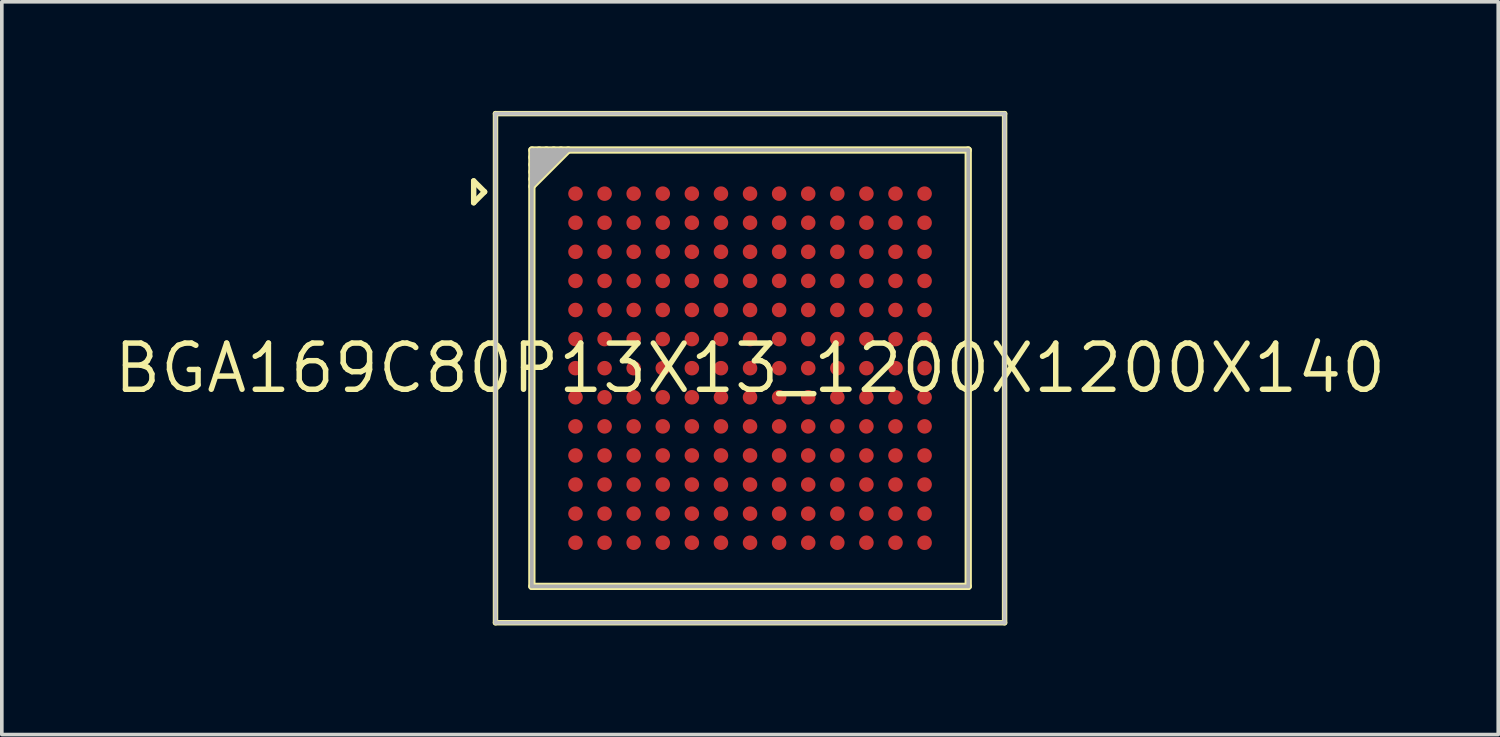
<source format=kicad_pcb>
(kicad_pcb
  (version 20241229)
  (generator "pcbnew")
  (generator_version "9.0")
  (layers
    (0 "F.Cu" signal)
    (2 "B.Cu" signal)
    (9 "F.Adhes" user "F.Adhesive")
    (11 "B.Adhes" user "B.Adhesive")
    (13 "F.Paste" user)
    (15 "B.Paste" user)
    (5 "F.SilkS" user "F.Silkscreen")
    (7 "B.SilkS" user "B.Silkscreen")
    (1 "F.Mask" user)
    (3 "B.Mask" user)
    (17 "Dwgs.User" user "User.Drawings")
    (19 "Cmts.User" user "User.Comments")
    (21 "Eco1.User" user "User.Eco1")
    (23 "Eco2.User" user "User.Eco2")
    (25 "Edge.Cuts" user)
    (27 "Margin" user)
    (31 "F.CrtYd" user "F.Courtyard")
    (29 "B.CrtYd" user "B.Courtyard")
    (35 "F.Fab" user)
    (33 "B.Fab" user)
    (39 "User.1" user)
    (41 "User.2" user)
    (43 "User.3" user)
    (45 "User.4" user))
  (footprint "BGA169C80P13X13_1200X1200X140"
    (layer "F.Cu")
    (at 17.576 7.075)
    (property "Reference" "BGA169C80P13X13_1200X1200X140" (at 0 0 0) (layer "F.SilkS") (effects (font (size 1.27 1.27) (thickness 0.15))))
    (fp_line (start -7.6 -5.15) (end -7.6 -4.55) (stroke (width 0.15) (type solid)) (layer "F.SilkS"))
    (fp_line (start -7.6 -4.55) (end -7.3 -4.85) (stroke (width 0.15) (type solid)) (layer "F.SilkS"))
    (fp_line (start -7.3 -4.85) (end -7.6 -5.15) (stroke (width 0.15) (type solid)) (layer "F.SilkS"))
    (fp_line (start -7 -7) (end 7 -7) (stroke (width 0.15) (type solid)) (layer "F.SilkS"))
    (fp_line (start -7 7) (end -7 -7) (stroke (width 0.15) (type solid)) (layer "F.SilkS"))
    (fp_line (start -6 -6) (end 6 -6) (stroke (width 0.2) (type solid)) (layer "F.SilkS"))
    (fp_line (start -6 6) (end -6 -6) (stroke (width 0.2) (type solid)) (layer "F.SilkS"))
    (fp_line (start -5.8 -6) (end -6 -5.8) (stroke (width 0.2) (type solid)) (layer "F.SilkS"))
    (fp_line (start -5.6 -6) (end -6 -5.6) (stroke (width 0.2) (type solid)) (layer "F.SilkS"))
    (fp_line (start -5.4 -6) (end -6 -5.4) (stroke (width 0.2) (type solid)) (layer "F.SilkS"))
    (fp_line (start -5.2 -6) (end -6 -5.2) (stroke (width 0.2) (type solid)) (layer "F.SilkS"))
    (fp_line (start -5 -6) (end -6 -5) (stroke (width 0.2) (type solid)) (layer "F.SilkS"))
    (fp_line (start 6 -6) (end 6 6) (stroke (width 0.2) (type solid)) (layer "F.SilkS"))
    (fp_line (start 6 6) (end -6 6) (stroke (width 0.2) (type solid)) (layer "F.SilkS"))
    (fp_line (start 7 -7) (end 7 7) (stroke (width 0.15) (type solid)) (layer "F.SilkS"))
    (fp_line (start 7 7) (end -7 7) (stroke (width 0.15) (type solid)) (layer "F.SilkS"))
    (fp_line (start -7 -7) (end 7 -7) (stroke (width 0.1) (type solid)) (layer "Dwgs.User"))
    (fp_line (start -7 7) (end -7 -7) (stroke (width 0.1) (type solid)) (layer "Dwgs.User"))
    (fp_line (start -6 -6) (end 6 -6) (stroke (width 0.001) (type solid)) (layer "Dwgs.User"))
    (fp_line (start -6 6) (end -6 -6) (stroke (width 0.001) (type solid)) (layer "Dwgs.User"))
    (fp_line (start 6 -6) (end 6 6) (stroke (width 0.001) (type solid)) (layer "Dwgs.User"))
    (fp_line (start 6 6) (end -6 6) (stroke (width 0.001) (type solid)) (layer "Dwgs.User"))
    (fp_line (start 7 -7) (end 7 7) (stroke (width 0.1) (type solid)) (layer "Dwgs.User"))
    (fp_line (start 7 7) (end -7 7) (stroke (width 0.1) (type solid)) (layer "Dwgs.User"))
    (fp_line (start -7 -7) (end 7 -7) (stroke (width 0.05) (type solid)) (layer "F.CrtYd"))
    (fp_line (start -7 7) (end -7 -7) (stroke (width 0.05) (type solid)) (layer "F.CrtYd"))
    (fp_line (start 7 -7) (end 7 7) (stroke (width 0.05) (type solid)) (layer "F.CrtYd"))
    (fp_line (start 7 7) (end -7 7) (stroke (width 0.05) (type solid)) (layer "F.CrtYd"))
    (fp_line (start -6 -6) (end 6 -6) (stroke (width 0.1) (type solid)) (layer "F.Fab"))
    (fp_line (start -6 6) (end -6 -6) (stroke (width 0.1) (type solid)) (layer "F.Fab"))
    (fp_line (start -5.9 -6) (end -6 -5.9) (stroke (width 0.1) (type solid)) (layer "F.Fab"))
    (fp_line (start -5.8 -6) (end -6 -5.8) (stroke (width 0.1) (type solid)) (layer "F.Fab"))
    (fp_line (start -5.7 -6) (end -6 -5.7) (stroke (width 0.1) (type solid)) (layer "F.Fab"))
    (fp_line (start -5.6 -6) (end -6 -5.6) (stroke (width 0.1) (type solid)) (layer "F.Fab"))
    (fp_line (start -5.5 -6) (end -6 -5.5) (stroke (width 0.1) (type solid)) (layer "F.Fab"))
    (fp_line (start -5.4 -6) (end -6 -5.4) (stroke (width 0.1) (type solid)) (layer "F.Fab"))
    (fp_line (start -5.3 -6) (end -6 -5.3) (stroke (width 0.1) (type solid)) (layer "F.Fab"))
    (fp_line (start -5.2 -6) (end -6 -5.2) (stroke (width 0.1) (type solid)) (layer "F.Fab"))
    (fp_line (start -5.1 -6) (end -6 -5.1) (stroke (width 0.1) (type solid)) (layer "F.Fab"))
    (fp_line (start -5 -6) (end -6 -5) (stroke (width 0.1) (type solid)) (layer "F.Fab"))
    (fp_line (start 6 -6) (end 6 6) (stroke (width 0.1) (type solid)) (layer "F.Fab"))
    (fp_line (start 6 6) (end -6 6) (stroke (width 0.1) (type solid)) (layer "F.Fab"))
    (pad "A1" smd circle (at -4.8 -4.8) (size 0.4 0.4) (layers "F.Cu" "F.Mask" "F.Paste"))
    (pad "A2" smd circle (at -4 -4.8) (size 0.4 0.4) (layers "F.Cu" "F.Mask" "F.Paste"))
    (pad "A3" smd circle (at -3.2 -4.8) (size 0.4 0.4) (layers "F.Cu" "F.Mask" "F.Paste"))
    (pad "A4" smd circle (at -2.4 -4.8) (size 0.4 0.4) (layers "F.Cu" "F.Mask" "F.Paste"))
    (pad "A5" smd circle (at -1.6 -4.8) (size 0.4 0.4) (layers "F.Cu" "F.Mask" "F.Paste"))
    (pad "A6" smd circle (at -0.8 -4.8) (size 0.4 0.4) (layers "F.Cu" "F.Mask" "F.Paste"))
    (pad "A7" smd circle (at 0 -4.8) (size 0.4 0.4) (layers "F.Cu" "F.Mask" "F.Paste"))
    (pad "A8" smd circle (at 0.8 -4.8) (size 0.4 0.4) (layers "F.Cu" "F.Mask" "F.Paste"))
    (pad "A9" smd circle (at 1.6 -4.8) (size 0.4 0.4) (layers "F.Cu" "F.Mask" "F.Paste"))
    (pad "A10" smd circle (at 2.4 -4.8) (size 0.4 0.4) (layers "F.Cu" "F.Mask" "F.Paste"))
    (pad "A11" smd circle (at 3.2 -4.8) (size 0.4 0.4) (layers "F.Cu" "F.Mask" "F.Paste"))
    (pad "A12" smd circle (at 4 -4.8) (size 0.4 0.4) (layers "F.Cu" "F.Mask" "F.Paste"))
    (pad "A13" smd circle (at 4.8 -4.8) (size 0.4 0.4) (layers "F.Cu" "F.Mask" "F.Paste"))
    (pad "B1" smd circle (at -4.8 -4) (size 0.4 0.4) (layers "F.Cu" "F.Mask" "F.Paste"))
    (pad "B2" smd circle (at -4 -4) (size 0.4 0.4) (layers "F.Cu" "F.Mask" "F.Paste"))
    (pad "B3" smd circle (at -3.2 -4) (size 0.4 0.4) (layers "F.Cu" "F.Mask" "F.Paste"))
    (pad "B4" smd circle (at -2.4 -4) (size 0.4 0.4) (layers "F.Cu" "F.Mask" "F.Paste"))
    (pad "B5" smd circle (at -1.6 -4) (size 0.4 0.4) (layers "F.Cu" "F.Mask" "F.Paste"))
    (pad "B6" smd circle (at -0.8 -4) (size 0.4 0.4) (layers "F.Cu" "F.Mask" "F.Paste"))
    (pad "B7" smd circle (at 0 -4) (size 0.4 0.4) (layers "F.Cu" "F.Mask" "F.Paste"))
    (pad "B8" smd circle (at 0.8 -4) (size 0.4 0.4) (layers "F.Cu" "F.Mask" "F.Paste"))
    (pad "B9" smd circle (at 1.6 -4) (size 0.4 0.4) (layers "F.Cu" "F.Mask" "F.Paste"))
    (pad "B10" smd circle (at 2.4 -4) (size 0.4 0.4) (layers "F.Cu" "F.Mask" "F.Paste"))
    (pad "B11" smd circle (at 3.2 -4) (size 0.4 0.4) (layers "F.Cu" "F.Mask" "F.Paste"))
    (pad "B12" smd circle (at 4 -4) (size 0.4 0.4) (layers "F.Cu" "F.Mask" "F.Paste"))
    (pad "B13" smd circle (at 4.8 -4) (size 0.4 0.4) (layers "F.Cu" "F.Mask" "F.Paste"))
    (pad "C1" smd circle (at -4.8 -3.2) (size 0.4 0.4) (layers "F.Cu" "F.Mask" "F.Paste"))
    (pad "C2" smd circle (at -4 -3.2) (size 0.4 0.4) (layers "F.Cu" "F.Mask" "F.Paste"))
    (pad "C3" smd circle (at -3.2 -3.2) (size 0.4 0.4) (layers "F.Cu" "F.Mask" "F.Paste"))
    (pad "C4" smd circle (at -2.4 -3.2) (size 0.4 0.4) (layers "F.Cu" "F.Mask" "F.Paste"))
    (pad "C5" smd circle (at -1.6 -3.2) (size 0.4 0.4) (layers "F.Cu" "F.Mask" "F.Paste"))
    (pad "C6" smd circle (at -0.8 -3.2) (size 0.4 0.4) (layers "F.Cu" "F.Mask" "F.Paste"))
    (pad "C7" smd circle (at 0 -3.2) (size 0.4 0.4) (layers "F.Cu" "F.Mask" "F.Paste"))
    (pad "C8" smd circle (at 0.8 -3.2) (size 0.4 0.4) (layers "F.Cu" "F.Mask" "F.Paste"))
    (pad "C9" smd circle (at 1.6 -3.2) (size 0.4 0.4) (layers "F.Cu" "F.Mask" "F.Paste"))
    (pad "C10" smd circle (at 2.4 -3.2) (size 0.4 0.4) (layers "F.Cu" "F.Mask" "F.Paste"))
    (pad "C11" smd circle (at 3.2 -3.2) (size 0.4 0.4) (layers "F.Cu" "F.Mask" "F.Paste"))
    (pad "C12" smd circle (at 4 -3.2) (size 0.4 0.4) (layers "F.Cu" "F.Mask" "F.Paste"))
    (pad "C13" smd circle (at 4.8 -3.2) (size 0.4 0.4) (layers "F.Cu" "F.Mask" "F.Paste"))
    (pad "D1" smd circle (at -4.8 -2.4) (size 0.4 0.4) (layers "F.Cu" "F.Mask" "F.Paste"))
    (pad "D2" smd circle (at -4 -2.4) (size 0.4 0.4) (layers "F.Cu" "F.Mask" "F.Paste"))
    (pad "D3" smd circle (at -3.2 -2.4) (size 0.4 0.4) (layers "F.Cu" "F.Mask" "F.Paste"))
    (pad "D4" smd circle (at -2.4 -2.4) (size 0.4 0.4) (layers "F.Cu" "F.Mask" "F.Paste"))
    (pad "D5" smd circle (at -1.6 -2.4) (size 0.4 0.4) (layers "F.Cu" "F.Mask" "F.Paste"))
    (pad "D6" smd circle (at -0.8 -2.4) (size 0.4 0.4) (layers "F.Cu" "F.Mask" "F.Paste"))
    (pad "D7" smd circle (at 0 -2.4) (size 0.4 0.4) (layers "F.Cu" "F.Mask" "F.Paste"))
    (pad "D8" smd circle (at 0.8 -2.4) (size 0.4 0.4) (layers "F.Cu" "F.Mask" "F.Paste"))
    (pad "D9" smd circle (at 1.6 -2.4) (size 0.4 0.4) (layers "F.Cu" "F.Mask" "F.Paste"))
    (pad "D10" smd circle (at 2.4 -2.4) (size 0.4 0.4) (layers "F.Cu" "F.Mask" "F.Paste"))
    (pad "D11" smd circle (at 3.2 -2.4) (size 0.4 0.4) (layers "F.Cu" "F.Mask" "F.Paste"))
    (pad "D12" smd circle (at 4 -2.4) (size 0.4 0.4) (layers "F.Cu" "F.Mask" "F.Paste"))
    (pad "D13" smd circle (at 4.8 -2.4) (size 0.4 0.4) (layers "F.Cu" "F.Mask" "F.Paste"))
    (pad "E1" smd circle (at -4.8 -1.6) (size 0.4 0.4) (layers "F.Cu" "F.Mask" "F.Paste"))
    (pad "E2" smd circle (at -4 -1.6) (size 0.4 0.4) (layers "F.Cu" "F.Mask" "F.Paste"))
    (pad "E3" smd circle (at -3.2 -1.6) (size 0.4 0.4) (layers "F.Cu" "F.Mask" "F.Paste"))
    (pad "E4" smd circle (at -2.4 -1.6) (size 0.4 0.4) (layers "F.Cu" "F.Mask" "F.Paste"))
    (pad "E5" smd circle (at -1.6 -1.6) (size 0.4 0.4) (layers "F.Cu" "F.Mask" "F.Paste"))
    (pad "E6" smd circle (at -0.8 -1.6) (size 0.4 0.4) (layers "F.Cu" "F.Mask" "F.Paste"))
    (pad "E7" smd circle (at 0 -1.6) (size 0.4 0.4) (layers "F.Cu" "F.Mask" "F.Paste"))
    (pad "E8" smd circle (at 0.8 -1.6) (size 0.4 0.4) (layers "F.Cu" "F.Mask" "F.Paste"))
    (pad "E9" smd circle (at 1.6 -1.6) (size 0.4 0.4) (layers "F.Cu" "F.Mask" "F.Paste"))
    (pad "E10" smd circle (at 2.4 -1.6) (size 0.4 0.4) (layers "F.Cu" "F.Mask" "F.Paste"))
    (pad "E11" smd circle (at 3.2 -1.6) (size 0.4 0.4) (layers "F.Cu" "F.Mask" "F.Paste"))
    (pad "E12" smd circle (at 4 -1.6) (size 0.4 0.4) (layers "F.Cu" "F.Mask" "F.Paste"))
    (pad "E13" smd circle (at 4.8 -1.6) (size 0.4 0.4) (layers "F.Cu" "F.Mask" "F.Paste"))
    (pad "F1" smd circle (at -4.8 -0.8) (size 0.4 0.4) (layers "F.Cu" "F.Mask" "F.Paste"))
    (pad "F2" smd circle (at -4 -0.8) (size 0.4 0.4) (layers "F.Cu" "F.Mask" "F.Paste"))
    (pad "F3" smd circle (at -3.2 -0.8) (size 0.4 0.4) (layers "F.Cu" "F.Mask" "F.Paste"))
    (pad "F4" smd circle (at -2.4 -0.8) (size 0.4 0.4) (layers "F.Cu" "F.Mask" "F.Paste"))
    (pad "F5" smd circle (at -1.6 -0.8) (size 0.4 0.4) (layers "F.Cu" "F.Mask" "F.Paste"))
    (pad "F6" smd circle (at -0.8 -0.8) (size 0.4 0.4) (layers "F.Cu" "F.Mask" "F.Paste"))
    (pad "F7" smd circle (at 0 -0.8) (size 0.4 0.4) (layers "F.Cu" "F.Mask" "F.Paste"))
    (pad "F8" smd circle (at 0.8 -0.8) (size 0.4 0.4) (layers "F.Cu" "F.Mask" "F.Paste"))
    (pad "F9" smd circle (at 1.6 -0.8) (size 0.4 0.4) (layers "F.Cu" "F.Mask" "F.Paste"))
    (pad "F10" smd circle (at 2.4 -0.8) (size 0.4 0.4) (layers "F.Cu" "F.Mask" "F.Paste"))
    (pad "F11" smd circle (at 3.2 -0.8) (size 0.4 0.4) (layers "F.Cu" "F.Mask" "F.Paste"))
    (pad "F12" smd circle (at 4 -0.8) (size 0.4 0.4) (layers "F.Cu" "F.Mask" "F.Paste"))
    (pad "F13" smd circle (at 4.8 -0.8) (size 0.4 0.4) (layers "F.Cu" "F.Mask" "F.Paste"))
    (pad "G1" smd circle (at -4.8 0) (size 0.4 0.4) (layers "F.Cu" "F.Mask" "F.Paste"))
    (pad "G2" smd circle (at -4 0) (size 0.4 0.4) (layers "F.Cu" "F.Mask" "F.Paste"))
    (pad "G3" smd circle (at -3.2 0) (size 0.4 0.4) (layers "F.Cu" "F.Mask" "F.Paste"))
    (pad "G4" smd circle (at -2.4 0) (size 0.4 0.4) (layers "F.Cu" "F.Mask" "F.Paste"))
    (pad "G5" smd circle (at -1.6 0) (size 0.4 0.4) (layers "F.Cu" "F.Mask" "F.Paste"))
    (pad "G6" smd circle (at -0.8 0) (size 0.4 0.4) (layers "F.Cu" "F.Mask" "F.Paste"))
    (pad "G7" smd circle (at 0 0) (size 0.4 0.4) (layers "F.Cu" "F.Mask" "F.Paste"))
    (pad "G8" smd circle (at 0.8 0) (size 0.4 0.4) (layers "F.Cu" "F.Mask" "F.Paste"))
    (pad "G9" smd circle (at 1.6 0) (size 0.4 0.4) (layers "F.Cu" "F.Mask" "F.Paste"))
    (pad "G10" smd circle (at 2.4 0) (size 0.4 0.4) (layers "F.Cu" "F.Mask" "F.Paste"))
    (pad "G11" smd circle (at 3.2 0) (size 0.4 0.4) (layers "F.Cu" "F.Mask" "F.Paste"))
    (pad "G12" smd circle (at 4 0) (size 0.4 0.4) (layers "F.Cu" "F.Mask" "F.Paste"))
    (pad "G13" smd circle (at 4.8 0) (size 0.4 0.4) (layers "F.Cu" "F.Mask" "F.Paste"))
    (pad "H1" smd circle (at -4.8 0.8) (size 0.4 0.4) (layers "F.Cu" "F.Mask" "F.Paste"))
    (pad "H2" smd circle (at -4 0.8) (size 0.4 0.4) (layers "F.Cu" "F.Mask" "F.Paste"))
    (pad "H3" smd circle (at -3.2 0.8) (size 0.4 0.4) (layers "F.Cu" "F.Mask" "F.Paste"))
    (pad "H4" smd circle (at -2.4 0.8) (size 0.4 0.4) (layers "F.Cu" "F.Mask" "F.Paste"))
    (pad "H5" smd circle (at -1.6 0.8) (size 0.4 0.4) (layers "F.Cu" "F.Mask" "F.Paste"))
    (pad "H6" smd circle (at -0.8 0.8) (size 0.4 0.4) (layers "F.Cu" "F.Mask" "F.Paste"))
    (pad "H7" smd circle (at 0 0.8) (size 0.4 0.4) (layers "F.Cu" "F.Mask" "F.Paste"))
    (pad "H8" smd circle (at 0.8 0.8) (size 0.4 0.4) (layers "F.Cu" "F.Mask" "F.Paste"))
    (pad "H9" smd circle (at 1.6 0.8) (size 0.4 0.4) (layers "F.Cu" "F.Mask" "F.Paste"))
    (pad "H10" smd circle (at 2.4 0.8) (size 0.4 0.4) (layers "F.Cu" "F.Mask" "F.Paste"))
    (pad "H11" smd circle (at 3.2 0.8) (size 0.4 0.4) (layers "F.Cu" "F.Mask" "F.Paste"))
    (pad "H12" smd circle (at 4 0.8) (size 0.4 0.4) (layers "F.Cu" "F.Mask" "F.Paste"))
    (pad "H13" smd circle (at 4.8 0.8) (size 0.4 0.4) (layers "F.Cu" "F.Mask" "F.Paste"))
    (pad "J1" smd circle (at -4.8 1.6) (size 0.4 0.4) (layers "F.Cu" "F.Mask" "F.Paste"))
    (pad "J2" smd circle (at -4 1.6) (size 0.4 0.4) (layers "F.Cu" "F.Mask" "F.Paste"))
    (pad "J3" smd circle (at -3.2 1.6) (size 0.4 0.4) (layers "F.Cu" "F.Mask" "F.Paste"))
    (pad "J4" smd circle (at -2.4 1.6) (size 0.4 0.4) (layers "F.Cu" "F.Mask" "F.Paste"))
    (pad "J5" smd circle (at -1.6 1.6) (size 0.4 0.4) (layers "F.Cu" "F.Mask" "F.Paste"))
    (pad "J6" smd circle (at -0.8 1.6) (size 0.4 0.4) (layers "F.Cu" "F.Mask" "F.Paste"))
    (pad "J7" smd circle (at 0 1.6) (size 0.4 0.4) (layers "F.Cu" "F.Mask" "F.Paste"))
    (pad "J8" smd circle (at 0.8 1.6) (size 0.4 0.4) (layers "F.Cu" "F.Mask" "F.Paste"))
    (pad "J9" smd circle (at 1.6 1.6) (size 0.4 0.4) (layers "F.Cu" "F.Mask" "F.Paste"))
    (pad "J10" smd circle (at 2.4 1.6) (size 0.4 0.4) (layers "F.Cu" "F.Mask" "F.Paste"))
    (pad "J11" smd circle (at 3.2 1.6) (size 0.4 0.4) (layers "F.Cu" "F.Mask" "F.Paste"))
    (pad "J12" smd circle (at 4 1.6) (size 0.4 0.4) (layers "F.Cu" "F.Mask" "F.Paste"))
    (pad "J13" smd circle (at 4.8 1.6) (size 0.4 0.4) (layers "F.Cu" "F.Mask" "F.Paste"))
    (pad "K1" smd circle (at -4.8 2.4) (size 0.4 0.4) (layers "F.Cu" "F.Mask" "F.Paste"))
    (pad "K2" smd circle (at -4 2.4) (size 0.4 0.4) (layers "F.Cu" "F.Mask" "F.Paste"))
    (pad "K3" smd circle (at -3.2 2.4) (size 0.4 0.4) (layers "F.Cu" "F.Mask" "F.Paste"))
    (pad "K4" smd circle (at -2.4 2.4) (size 0.4 0.4) (layers "F.Cu" "F.Mask" "F.Paste"))
    (pad "K5" smd circle (at -1.6 2.4) (size 0.4 0.4) (layers "F.Cu" "F.Mask" "F.Paste"))
    (pad "K6" smd circle (at -0.8 2.4) (size 0.4 0.4) (layers "F.Cu" "F.Mask" "F.Paste"))
    (pad "K7" smd circle (at 0 2.4) (size 0.4 0.4) (layers "F.Cu" "F.Mask" "F.Paste"))
    (pad "K8" smd circle (at 0.8 2.4) (size 0.4 0.4) (layers "F.Cu" "F.Mask" "F.Paste"))
    (pad "K9" smd circle (at 1.6 2.4) (size 0.4 0.4) (layers "F.Cu" "F.Mask" "F.Paste"))
    (pad "K10" smd circle (at 2.4 2.4) (size 0.4 0.4) (layers "F.Cu" "F.Mask" "F.Paste"))
    (pad "K11" smd circle (at 3.2 2.4) (size 0.4 0.4) (layers "F.Cu" "F.Mask" "F.Paste"))
    (pad "K12" smd circle (at 4 2.4) (size 0.4 0.4) (layers "F.Cu" "F.Mask" "F.Paste"))
    (pad "K13" smd circle (at 4.8 2.4) (size 0.4 0.4) (layers "F.Cu" "F.Mask" "F.Paste"))
    (pad "L1" smd circle (at -4.8 3.2) (size 0.4 0.4) (layers "F.Cu" "F.Mask" "F.Paste"))
    (pad "L2" smd circle (at -4 3.2) (size 0.4 0.4) (layers "F.Cu" "F.Mask" "F.Paste"))
    (pad "L3" smd circle (at -3.2 3.2) (size 0.4 0.4) (layers "F.Cu" "F.Mask" "F.Paste"))
    (pad "L4" smd circle (at -2.4 3.2) (size 0.4 0.4) (layers "F.Cu" "F.Mask" "F.Paste"))
    (pad "L5" smd circle (at -1.6 3.2) (size 0.4 0.4) (layers "F.Cu" "F.Mask" "F.Paste"))
    (pad "L6" smd circle (at -0.8 3.2) (size 0.4 0.4) (layers "F.Cu" "F.Mask" "F.Paste"))
    (pad "L7" smd circle (at 0 3.2) (size 0.4 0.4) (layers "F.Cu" "F.Mask" "F.Paste"))
    (pad "L8" smd circle (at 0.8 3.2) (size 0.4 0.4) (layers "F.Cu" "F.Mask" "F.Paste"))
    (pad "L9" smd circle (at 1.6 3.2) (size 0.4 0.4) (layers "F.Cu" "F.Mask" "F.Paste"))
    (pad "L10" smd circle (at 2.4 3.2) (size 0.4 0.4) (layers "F.Cu" "F.Mask" "F.Paste"))
    (pad "L11" smd circle (at 3.2 3.2) (size 0.4 0.4) (layers "F.Cu" "F.Mask" "F.Paste"))
    (pad "L12" smd circle (at 4 3.2) (size 0.4 0.4) (layers "F.Cu" "F.Mask" "F.Paste"))
    (pad "L13" smd circle (at 4.8 3.2) (size 0.4 0.4) (layers "F.Cu" "F.Mask" "F.Paste"))
    (pad "M1" smd circle (at -4.8 4) (size 0.4 0.4) (layers "F.Cu" "F.Mask" "F.Paste"))
    (pad "M2" smd circle (at -4 4) (size 0.4 0.4) (layers "F.Cu" "F.Mask" "F.Paste"))
    (pad "M3" smd circle (at -3.2 4) (size 0.4 0.4) (layers "F.Cu" "F.Mask" "F.Paste"))
    (pad "M4" smd circle (at -2.4 4) (size 0.4 0.4) (layers "F.Cu" "F.Mask" "F.Paste"))
    (pad "M5" smd circle (at -1.6 4) (size 0.4 0.4) (layers "F.Cu" "F.Mask" "F.Paste"))
    (pad "M6" smd circle (at -0.8 4) (size 0.4 0.4) (layers "F.Cu" "F.Mask" "F.Paste"))
    (pad "M7" smd circle (at 0 4) (size 0.4 0.4) (layers "F.Cu" "F.Mask" "F.Paste"))
    (pad "M8" smd circle (at 0.8 4) (size 0.4 0.4) (layers "F.Cu" "F.Mask" "F.Paste"))
    (pad "M9" smd circle (at 1.6 4) (size 0.4 0.4) (layers "F.Cu" "F.Mask" "F.Paste"))
    (pad "M10" smd circle (at 2.4 4) (size 0.4 0.4) (layers "F.Cu" "F.Mask" "F.Paste"))
    (pad "M11" smd circle (at 3.2 4) (size 0.4 0.4) (layers "F.Cu" "F.Mask" "F.Paste"))
    (pad "M12" smd circle (at 4 4) (size 0.4 0.4) (layers "F.Cu" "F.Mask" "F.Paste"))
    (pad "M13" smd circle (at 4.8 4) (size 0.4 0.4) (layers "F.Cu" "F.Mask" "F.Paste"))
    (pad "N1" smd circle (at -4.8 4.8) (size 0.4 0.4) (layers "F.Cu" "F.Mask" "F.Paste"))
    (pad "N2" smd circle (at -4 4.8) (size 0.4 0.4) (layers "F.Cu" "F.Mask" "F.Paste"))
    (pad "N3" smd circle (at -3.2 4.8) (size 0.4 0.4) (layers "F.Cu" "F.Mask" "F.Paste"))
    (pad "N4" smd circle (at -2.4 4.8) (size 0.4 0.4) (layers "F.Cu" "F.Mask" "F.Paste"))
    (pad "N5" smd circle (at -1.6 4.8) (size 0.4 0.4) (layers "F.Cu" "F.Mask" "F.Paste"))
    (pad "N6" smd circle (at -0.8 4.8) (size 0.4 0.4) (layers "F.Cu" "F.Mask" "F.Paste"))
    (pad "N7" smd circle (at 0 4.8) (size 0.4 0.4) (layers "F.Cu" "F.Mask" "F.Paste"))
    (pad "N8" smd circle (at 0.8 4.8) (size 0.4 0.4) (layers "F.Cu" "F.Mask" "F.Paste"))
    (pad "N9" smd circle (at 1.6 4.8) (size 0.4 0.4) (layers "F.Cu" "F.Mask" "F.Paste"))
    (pad "N10" smd circle (at 2.4 4.8) (size 0.4 0.4) (layers "F.Cu" "F.Mask" "F.Paste"))
    (pad "N11" smd circle (at 3.2 4.8) (size 0.4 0.4) (layers "F.Cu" "F.Mask" "F.Paste"))
    (pad "N12" smd circle (at 4 4.8) (size 0.4 0.4) (layers "F.Cu" "F.Mask" "F.Paste"))
    (pad "N13" smd circle (at 4.8 4.8) (size 0.4 0.4) (layers "F.Cu" "F.Mask" "F.Paste")))
  (gr_rect
    (start -3 -3)
    (end 38.151 17.15)
    (stroke (width 0.1) (type default))
    (fill no)
    (layer "Edge.Cuts")))
</source>
